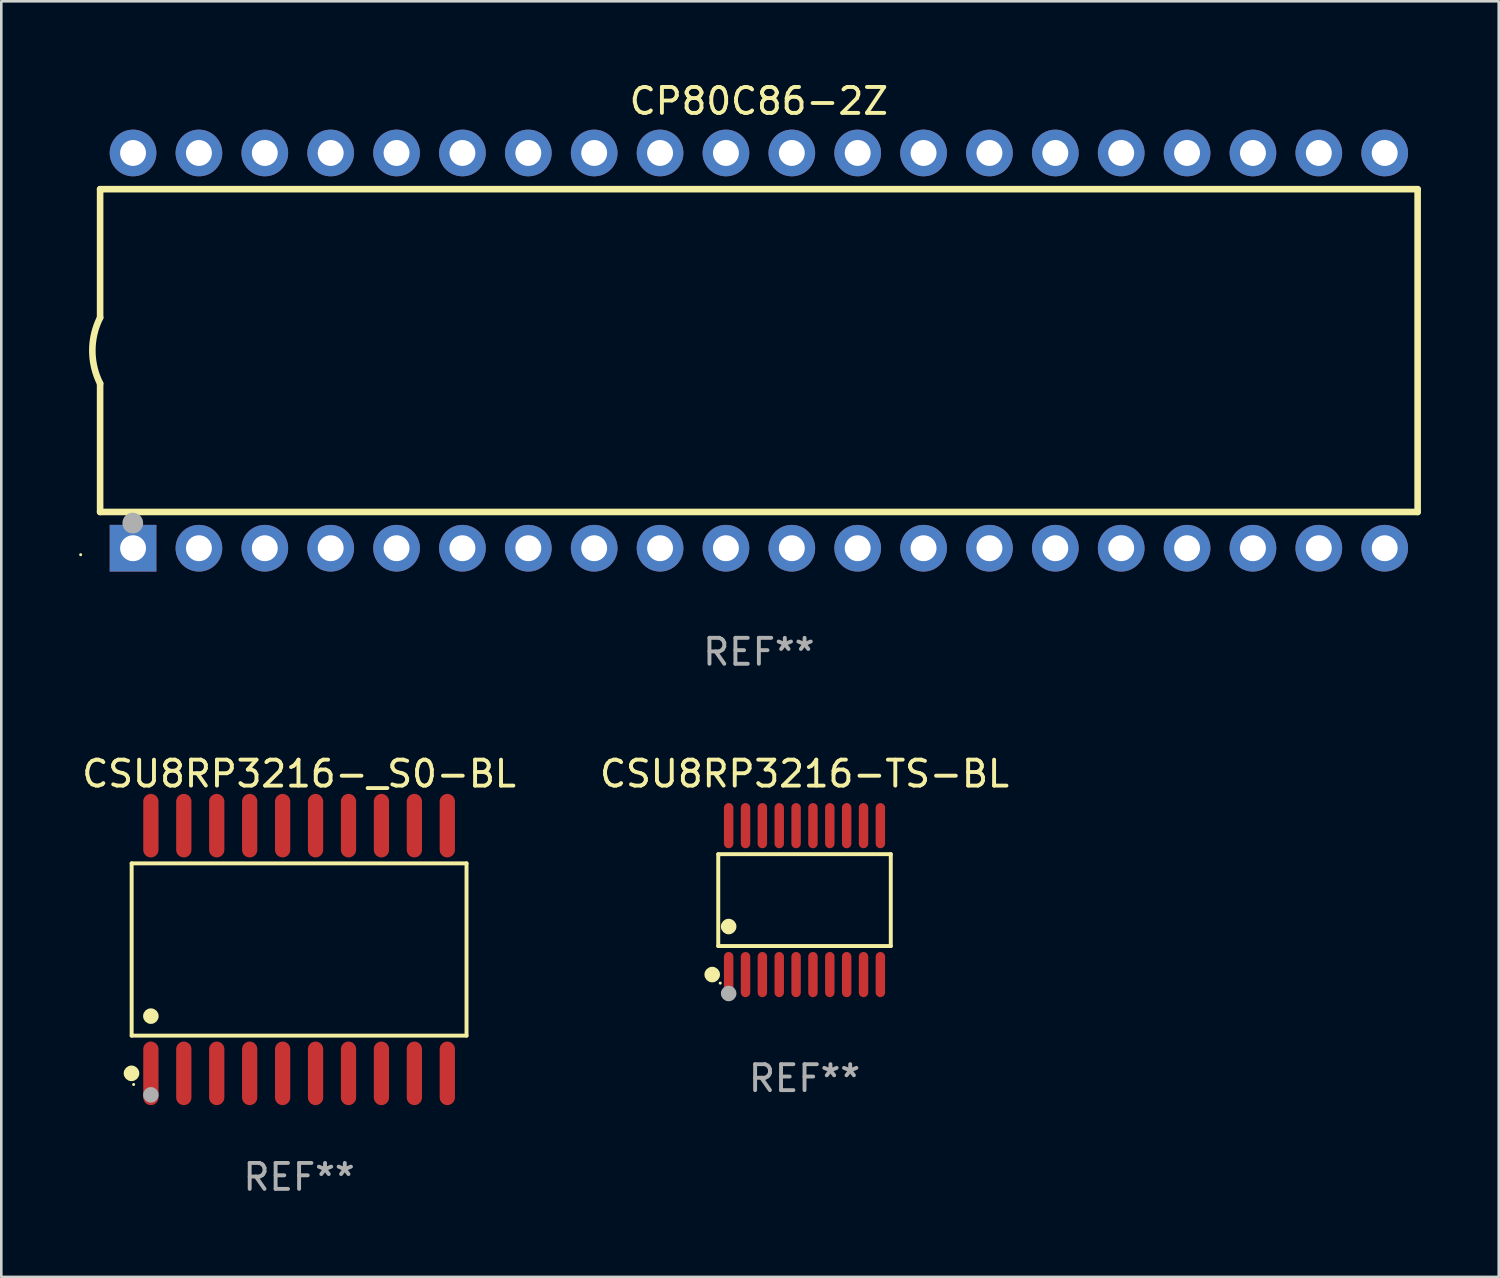
<source format=kicad_pcb>
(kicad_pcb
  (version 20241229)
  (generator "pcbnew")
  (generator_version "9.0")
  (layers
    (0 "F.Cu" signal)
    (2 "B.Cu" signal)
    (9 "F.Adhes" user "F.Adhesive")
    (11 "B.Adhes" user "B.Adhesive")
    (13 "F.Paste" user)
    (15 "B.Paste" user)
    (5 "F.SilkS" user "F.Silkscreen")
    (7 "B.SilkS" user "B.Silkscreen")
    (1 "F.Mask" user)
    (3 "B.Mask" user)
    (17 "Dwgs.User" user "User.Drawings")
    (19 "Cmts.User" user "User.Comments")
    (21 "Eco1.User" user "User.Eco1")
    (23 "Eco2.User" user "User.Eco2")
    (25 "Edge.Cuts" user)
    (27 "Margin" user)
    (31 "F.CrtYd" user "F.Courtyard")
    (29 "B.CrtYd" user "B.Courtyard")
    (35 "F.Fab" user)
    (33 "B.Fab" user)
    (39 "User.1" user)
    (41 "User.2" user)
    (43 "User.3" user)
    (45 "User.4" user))
  (footprint "CSU8RP3216-_S0-BL"
    (layer "F.Cu")
    (at 8.482 33.56)
    (property "Reference" "CSU8RP3216-_S0-BL" (at 0 -6.775 0) (layer "F.SilkS") (effects (font (size 1 1) (thickness 0.15))))
    (attr through_hole)
    (fp_line (start -6.456 -3.321) (end 6.456 -3.321) (stroke (width 0.152) (type solid)) (layer "F.SilkS"))
    (fp_line (start -6.456 3.321) (end -6.456 -3.321) (stroke (width 0.152) (type solid)) (layer "F.SilkS"))
    (fp_line (start 6.456 -3.321) (end 6.456 3.321) (stroke (width 0.152) (type solid)) (layer "F.SilkS"))
    (fp_line (start 6.456 3.321) (end -6.456 3.321) (stroke (width 0.152) (type solid)) (layer "F.SilkS"))
    (fp_circle (center -6.462 4.775) (end -6.311 4.775) (stroke (width 0.3) (type solid)) (fill no) (layer "F.SilkS"))
    (fp_circle (center -6.38 5.205) (end -6.35 5.205) (stroke (width 0.06) (type solid)) (fill no) (layer "F.SilkS"))
    (fp_circle (center -5.715 2.569) (end -5.565 2.569) (stroke (width 0.3) (type solid)) (fill no) (layer "F.SilkS"))
    (fp_circle (center -5.715 5.605) (end -5.565 5.605) (stroke (width 0.3) (type solid)) (fill no) (layer "F.Fab"))
    (fp_text user "REF**" (at 0 8.775 0) (layer "F.Fab") (effects (font (size 1 1) (thickness 0.15))))
    (pad "1" smd oval (at -5.715 4.775) (size 0.588 2.45) (layers "F.Cu" "F.Mask" "F.Paste"))
    (pad "2" smd oval (at -4.445 4.775) (size 0.588 2.45) (layers "F.Cu" "F.Mask" "F.Paste"))
    (pad "3" smd oval (at -3.175 4.775) (size 0.588 2.45) (layers "F.Cu" "F.Mask" "F.Paste"))
    (pad "4" smd oval (at -1.905 4.775) (size 0.588 2.45) (layers "F.Cu" "F.Mask" "F.Paste"))
    (pad "5" smd oval (at -0.635 4.775) (size 0.588 2.45) (layers "F.Cu" "F.Mask" "F.Paste"))
    (pad "6" smd oval (at 0.635 4.775) (size 0.588 2.45) (layers "F.Cu" "F.Mask" "F.Paste"))
    (pad "7" smd oval (at 1.905 4.775) (size 0.588 2.45) (layers "F.Cu" "F.Mask" "F.Paste"))
    (pad "8" smd oval (at 3.175 4.775) (size 0.588 2.45) (layers "F.Cu" "F.Mask" "F.Paste"))
    (pad "9" smd oval (at 4.445 4.775) (size 0.588 2.45) (layers "F.Cu" "F.Mask" "F.Paste"))
    (pad "10" smd oval (at 5.715 4.775) (size 0.588 2.45) (layers "F.Cu" "F.Mask" "F.Paste"))
    (pad "11" smd oval (at 5.715 -4.775) (size 0.588 2.45) (layers "F.Cu" "F.Mask" "F.Paste"))
    (pad "12" smd oval (at 4.445 -4.775) (size 0.588 2.45) (layers "F.Cu" "F.Mask" "F.Paste"))
    (pad "13" smd oval (at 3.175 -4.775) (size 0.588 2.45) (layers "F.Cu" "F.Mask" "F.Paste"))
    (pad "14" smd oval (at 1.905 -4.775) (size 0.588 2.45) (layers "F.Cu" "F.Mask" "F.Paste"))
    (pad "15" smd oval (at 0.635 -4.775) (size 0.588 2.45) (layers "F.Cu" "F.Mask" "F.Paste"))
    (pad "16" smd oval (at -0.635 -4.775) (size 0.588 2.45) (layers "F.Cu" "F.Mask" "F.Paste"))
    (pad "17" smd oval (at -1.905 -4.775) (size 0.588 2.45) (layers "F.Cu" "F.Mask" "F.Paste"))
    (pad "18" smd oval (at -3.175 -4.775) (size 0.588 2.45) (layers "F.Cu" "F.Mask" "F.Paste"))
    (pad "19" smd oval (at -4.445 -4.775) (size 0.588 2.45) (layers "F.Cu" "F.Mask" "F.Paste"))
    (pad "20" smd oval (at -5.715 -4.775) (size 0.588 2.45) (layers "F.Cu" "F.Mask" "F.Paste")))
  (footprint "CSU8RP3216-TS-BL"
    (layer "F.Cu")
    (at 27.97 31.656)
    (property "Reference" "CSU8RP3216-TS-BL" (at 0 -4.871 0) (layer "F.SilkS") (effects (font (size 1 1) (thickness 0.15))))
    (attr through_hole)
    (fp_line (start -3.326 -1.771) (end 3.326 -1.771) (stroke (width 0.152) (type solid)) (layer "F.SilkS"))
    (fp_line (start -3.326 1.771) (end -3.326 -1.771) (stroke (width 0.152) (type solid)) (layer "F.SilkS"))
    (fp_line (start 3.326 -1.771) (end 3.326 1.771) (stroke (width 0.152) (type solid)) (layer "F.SilkS"))
    (fp_line (start 3.326 1.771) (end -3.326 1.771) (stroke (width 0.152) (type solid)) (layer "F.SilkS"))
    (fp_circle (center -3.559 2.871) (end -3.409 2.871) (stroke (width 0.3) (type solid)) (fill no) (layer "F.SilkS"))
    (fp_circle (center -3.25 3.2) (end -3.22 3.2) (stroke (width 0.06) (type solid)) (fill no) (layer "F.SilkS"))
    (fp_circle (center -2.925 1.019) (end -2.775 1.019) (stroke (width 0.3) (type solid)) (fill no) (layer "F.SilkS"))
    (fp_circle (center -2.925 3.6) (end -2.775 3.6) (stroke (width 0.3) (type solid)) (fill no) (layer "F.Fab"))
    (fp_text user "REF**" (at 0 6.871 0) (layer "F.Fab") (effects (font (size 1 1) (thickness 0.15))))
    (pad "1" smd oval (at -2.925 2.871) (size 0.364 1.742) (layers "F.Cu" "F.Mask" "F.Paste"))
    (pad "2" smd oval (at -2.275 2.871) (size 0.364 1.742) (layers "F.Cu" "F.Mask" "F.Paste"))
    (pad "3" smd oval (at -1.625 2.871) (size 0.364 1.742) (layers "F.Cu" "F.Mask" "F.Paste"))
    (pad "4" smd oval (at -0.975 2.871) (size 0.364 1.742) (layers "F.Cu" "F.Mask" "F.Paste"))
    (pad "5" smd oval (at -0.325 2.871) (size 0.364 1.742) (layers "F.Cu" "F.Mask" "F.Paste"))
    (pad "6" smd oval (at 0.325 2.871) (size 0.364 1.742) (layers "F.Cu" "F.Mask" "F.Paste"))
    (pad "7" smd oval (at 0.975 2.871) (size 0.364 1.742) (layers "F.Cu" "F.Mask" "F.Paste"))
    (pad "8" smd oval (at 1.625 2.871) (size 0.364 1.742) (layers "F.Cu" "F.Mask" "F.Paste"))
    (pad "9" smd oval (at 2.275 2.871) (size 0.364 1.742) (layers "F.Cu" "F.Mask" "F.Paste"))
    (pad "10" smd oval (at 2.925 2.871) (size 0.364 1.742) (layers "F.Cu" "F.Mask" "F.Paste"))
    (pad "11" smd oval (at 2.925 -2.871) (size 0.364 1.742) (layers "F.Cu" "F.Mask" "F.Paste"))
    (pad "12" smd oval (at 2.275 -2.871) (size 0.364 1.742) (layers "F.Cu" "F.Mask" "F.Paste"))
    (pad "13" smd oval (at 1.625 -2.871) (size 0.364 1.742) (layers "F.Cu" "F.Mask" "F.Paste"))
    (pad "14" smd oval (at 0.975 -2.871) (size 0.364 1.742) (layers "F.Cu" "F.Mask" "F.Paste"))
    (pad "15" smd oval (at 0.325 -2.871) (size 0.364 1.742) (layers "F.Cu" "F.Mask" "F.Paste"))
    (pad "16" smd oval (at -0.325 -2.871) (size 0.364 1.742) (layers "F.Cu" "F.Mask" "F.Paste"))
    (pad "17" smd oval (at -0.975 -2.871) (size 0.364 1.742) (layers "F.Cu" "F.Mask" "F.Paste"))
    (pad "18" smd oval (at -1.625 -2.871) (size 0.364 1.742) (layers "F.Cu" "F.Mask" "F.Paste"))
    (pad "19" smd oval (at -2.275 -2.871) (size 0.364 1.742) (layers "F.Cu" "F.Mask" "F.Paste"))
    (pad "20" smd oval (at -2.925 -2.871) (size 0.364 1.742) (layers "F.Cu" "F.Mask" "F.Paste")))
  (footprint "CP80C86-2Z"
    (layer "F.Cu")
    (at 26.21 10.468)
    (property "Reference" "CP80C86-2Z" (at 0 -9.62 0) (layer "F.SilkS") (effects (font (size 1 1) (thickness 0.15))))
    (attr through_hole)
    (fp_line (start -25.4 -6.224) (end -25.4 -1.271) (stroke (width 0.254) (type solid)) (layer "F.SilkS"))
    (fp_line (start -25.4 -6.224) (end 25.4 -6.224) (stroke (width 0.254) (type solid)) (layer "F.SilkS"))
    (fp_line (start -25.4 1.269) (end -25.4 6.222) (stroke (width 0.254) (type solid)) (layer "F.SilkS"))
    (fp_line (start -25.4 6.222) (end 25.4 6.222) (stroke (width 0.254) (type solid)) (layer "F.SilkS"))
    (fp_line (start 25.4 6.222) (end 25.4 -6.224) (stroke (width 0.254) (type solid)) (layer "F.SilkS"))
    (fp_arc (start -25.4 1.269241) (mid -25.699807 -0.000762) (end -25.4 -1.270765) (stroke (width 0.254001) (type solid)) (layer "F.SilkS"))
    (fp_circle (center -26.15 7.87) (end -26.12 7.87) (stroke (width 0.06) (type solid)) (fill no) (layer "F.SilkS"))
    (fp_circle (center -24.14 6.65) (end -23.94 6.65) (stroke (width 0.4) (type solid)) (fill no) (layer "F.Fab"))
    (fp_text user "REF**" (at 0 11.62 0) (layer "F.Fab") (effects (font (size 1 1) (thickness 0.15))))
    (pad "1" thru_hole rect (at -24.13 7.62 90) (size 1.8 1.8) (drill 1) (layers "*.Cu" "*.Mask"))
    (pad "2" thru_hole circle (at -21.59 7.62) (size 1.8 1.8) (drill 1) (layers "*.Cu" "*.Mask"))
    (pad "3" thru_hole circle (at -19.05 7.62) (size 1.8 1.8) (drill 1) (layers "*.Cu" "*.Mask"))
    (pad "4" thru_hole circle (at -16.51 7.62) (size 1.8 1.8) (drill 1) (layers "*.Cu" "*.Mask"))
    (pad "5" thru_hole circle (at -13.97 7.62) (size 1.8 1.8) (drill 1) (layers "*.Cu" "*.Mask"))
    (pad "6" thru_hole circle (at -11.43 7.62) (size 1.8 1.8) (drill 1) (layers "*.Cu" "*.Mask"))
    (pad "7" thru_hole circle (at -8.89 7.62) (size 1.8 1.8) (drill 1) (layers "*.Cu" "*.Mask"))
    (pad "8" thru_hole circle (at -6.35 7.62) (size 1.8 1.8) (drill 1) (layers "*.Cu" "*.Mask"))
    (pad "9" thru_hole circle (at -3.81 7.62) (size 1.8 1.8) (drill 1) (layers "*.Cu" "*.Mask"))
    (pad "10" thru_hole circle (at -1.27 7.62) (size 1.8 1.8) (drill 1) (layers "*.Cu" "*.Mask"))
    (pad "11" thru_hole circle (at 1.27 7.62) (size 1.8 1.8) (drill 1) (layers "*.Cu" "*.Mask"))
    (pad "12" thru_hole circle (at 3.81 7.62) (size 1.8 1.8) (drill 1) (layers "*.Cu" "*.Mask"))
    (pad "13" thru_hole circle (at 6.35 7.62) (size 1.8 1.8) (drill 1) (layers "*.Cu" "*.Mask"))
    (pad "14" thru_hole circle (at 8.89 7.62) (size 1.8 1.8) (drill 1) (layers "*.Cu" "*.Mask"))
    (pad "15" thru_hole circle (at 11.43 7.62) (size 1.8 1.8) (drill 1) (layers "*.Cu" "*.Mask"))
    (pad "16" thru_hole circle (at 13.97 7.62) (size 1.8 1.8) (drill 1) (layers "*.Cu" "*.Mask"))
    (pad "17" thru_hole circle (at 16.51 7.62) (size 1.8 1.8) (drill 1) (layers "*.Cu" "*.Mask"))
    (pad "18" thru_hole circle (at 19.05 7.62) (size 1.8 1.8) (drill 1) (layers "*.Cu" "*.Mask"))
    (pad "19" thru_hole circle (at 21.59 7.62) (size 1.8 1.8) (drill 1) (layers "*.Cu" "*.Mask"))
    (pad "20" thru_hole circle (at 24.13 7.62) (size 1.8 1.8) (drill 1) (layers "*.Cu" "*.Mask"))
    (pad "21" thru_hole circle (at 24.13 -7.62) (size 1.8 1.8) (drill 1) (layers "*.Cu" "*.Mask"))
    (pad "22" thru_hole circle (at 21.59 -7.62) (size 1.8 1.8) (drill 1) (layers "*.Cu" "*.Mask"))
    (pad "23" thru_hole circle (at 19.05 -7.62) (size 1.8 1.8) (drill 1) (layers "*.Cu" "*.Mask"))
    (pad "24" thru_hole circle (at 16.51 -7.62) (size 1.8 1.8) (drill 1) (layers "*.Cu" "*.Mask"))
    (pad "25" thru_hole circle (at 13.97 -7.62) (size 1.8 1.8) (drill 1) (layers "*.Cu" "*.Mask"))
    (pad "26" thru_hole circle (at 11.43 -7.62) (size 1.8 1.8) (drill 1) (layers "*.Cu" "*.Mask"))
    (pad "27" thru_hole circle (at 8.89 -7.62) (size 1.8 1.8) (drill 1) (layers "*.Cu" "*.Mask"))
    (pad "28" thru_hole circle (at 6.35 -7.62) (size 1.8 1.8) (drill 1) (layers "*.Cu" "*.Mask"))
    (pad "29" thru_hole circle (at 3.81 -7.62) (size 1.8 1.8) (drill 1) (layers "*.Cu" "*.Mask"))
    (pad "30" thru_hole circle (at 1.27 -7.62) (size 1.8 1.8) (drill 1) (layers "*.Cu" "*.Mask"))
    (pad "31" thru_hole circle (at -1.27 -7.62) (size 1.8 1.8) (drill 1) (layers "*.Cu" "*.Mask"))
    (pad "32" thru_hole circle (at -3.81 -7.62) (size 1.8 1.8) (drill 1) (layers "*.Cu" "*.Mask"))
    (pad "33" thru_hole circle (at -6.35 -7.62) (size 1.8 1.8) (drill 1) (layers "*.Cu" "*.Mask"))
    (pad "34" thru_hole circle (at -8.89 -7.62) (size 1.8 1.8) (drill 1) (layers "*.Cu" "*.Mask"))
    (pad "35" thru_hole circle (at -11.43 -7.62) (size 1.8 1.8) (drill 1) (layers "*.Cu" "*.Mask"))
    (pad "36" thru_hole circle (at -13.97 -7.62) (size 1.8 1.8) (drill 1) (layers "*.Cu" "*.Mask"))
    (pad "37" thru_hole circle (at -16.51 -7.62) (size 1.8 1.8) (drill 1) (layers "*.Cu" "*.Mask"))
    (pad "38" thru_hole circle (at -19.05 -7.62) (size 1.8 1.8) (drill 1) (layers "*.Cu" "*.Mask"))
    (pad "39" thru_hole circle (at -21.59 -7.62) (size 1.8 1.8) (drill 1) (layers "*.Cu" "*.Mask"))
    (pad "40" thru_hole circle (at -24.13 -7.62) (size 1.8 1.8) (drill 1) (layers "*.Cu" "*.Mask")))
  (gr_rect
    (start -3 -3)
    (end 54.737 46.183)
    (stroke (width 0.1) (type default))
    (fill no)
    (layer "Edge.Cuts")))
</source>
